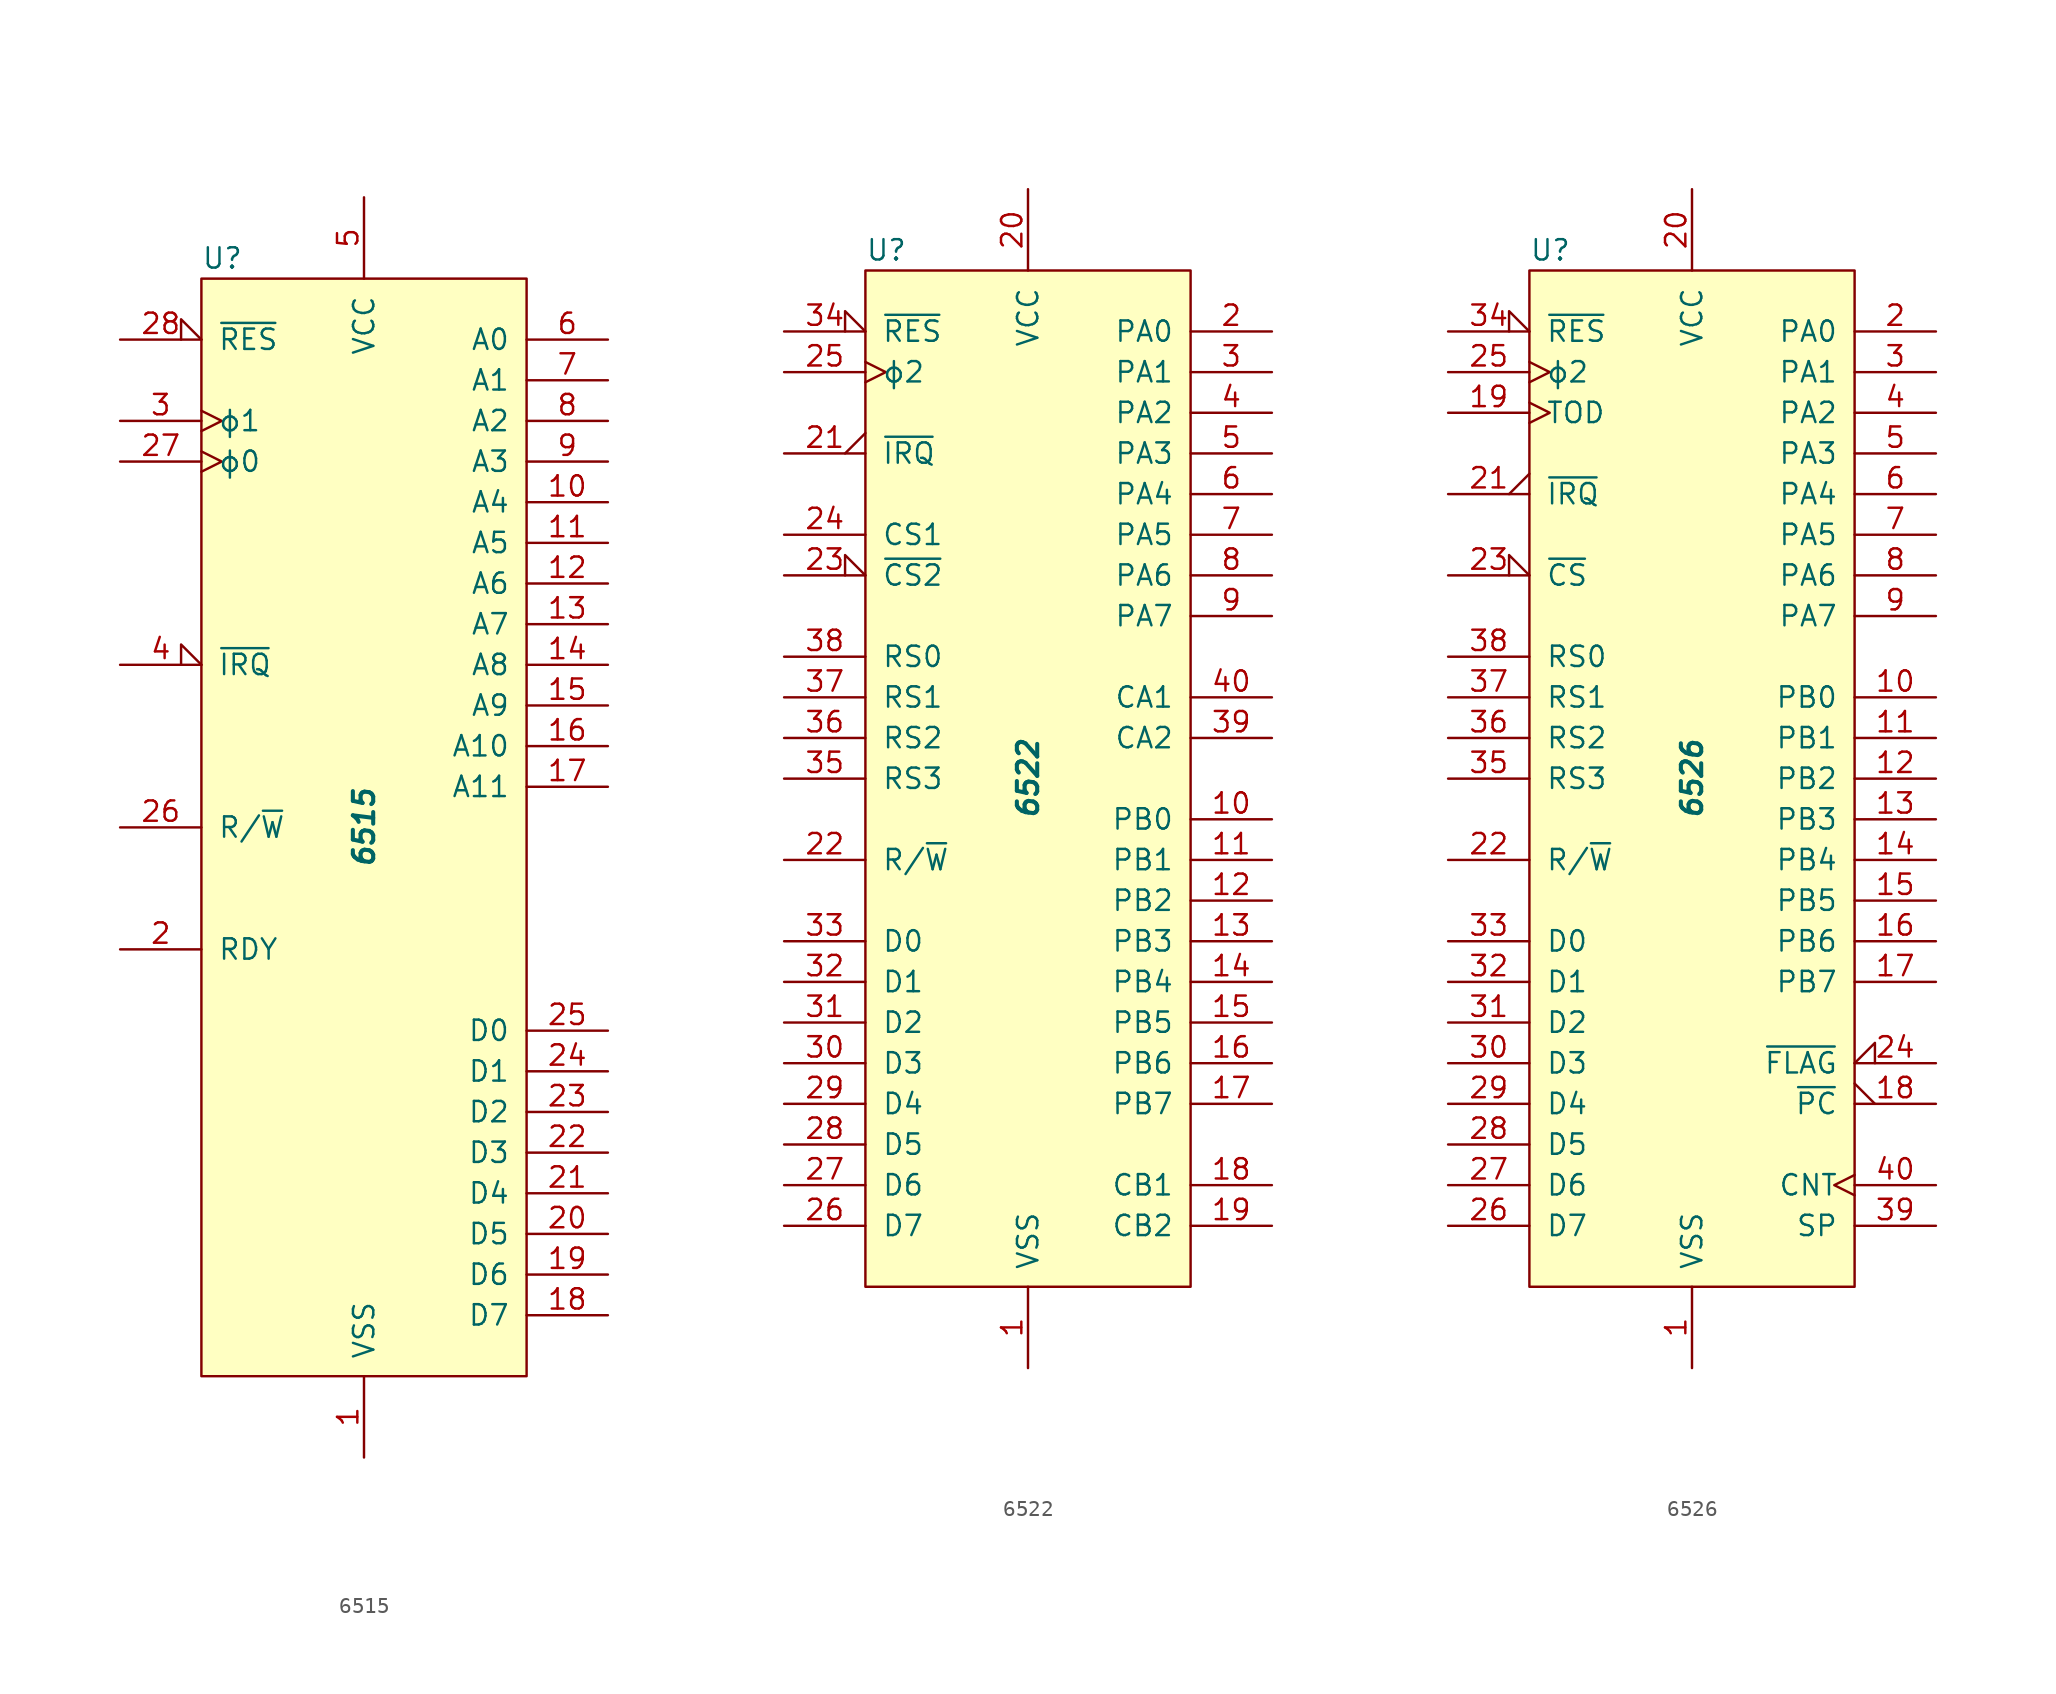
<source format=kicad_sym>
(kicad_symbol_lib
  (version 20241209)
  (generator "kicad_symbol_editor")
  (generator_version "9.0")
  (symbol "6515"
    (pin_names
      (offset 1.016))
    (property "Reference" "U"
      (at -10.16 35.56 0)
      (effects (font (size 1.27 1.27)) (justify left)))
    (property "Value" "6515"
      (at 0 0 90)
      (effects (font (size 1.27 1.27) (bold yes) (italic yes))))
    (symbol "6515_0_1"
      (rectangle (start -10.16 34.29) (end 10.16 -34.29) (stroke (width 0) (type solid)) (fill (type background))))
    (symbol "6515_1_1"
      (pin input input_low (at -15.24 30.48 0) (length 5.08) (name "~{RES}" (effects (font (size 1.27 1.27)))) (number "28" (effects (font (size 1.27 1.27)))))
      (pin input clock (at -15.24 25.4 0) (length 5.08) (name "ϕ1" (effects (font (size 1.27 1.27)))) (number "3" (effects (font (size 1.27 1.27)))))
      (pin input clock (at -15.24 22.86 0) (length 5.08) (name "ϕ0" (effects (font (size 1.27 1.27)))) (number "27" (effects (font (size 1.27 1.27)))))
      (pin input input_low (at -15.24 10.16 0) (length 5.08) (name "~{IRQ}" (effects (font (size 1.27 1.27)))) (number "4" (effects (font (size 1.27 1.27)))))
      (pin output line (at -15.24 0 0) (length 5.08) (name "R/~{W}" (effects (font (size 1.27 1.27)))) (number "26" (effects (font (size 1.27 1.27)))))
      (pin input line (at -15.24 -7.62 0) (length 5.08) (name "RDY" (effects (font (size 1.27 1.27)))) (number "2" (effects (font (size 1.27 1.27)))))
      (pin power_in line (at 0 39.37 270) (length 5.08) (name "VCC" (effects (font (size 1.27 1.27)))) (number "5" (effects (font (size 1.27 1.27)))))
      (pin power_in line (at 0 -39.37 90) (length 5.08) (name "VSS" (effects (font (size 1.27 1.27)))) (number "1" (effects (font (size 1.27 1.27)))))
      (pin output line (at 15.24 30.48 180) (length 5.08) (name "A0" (effects (font (size 1.27 1.27)))) (number "6" (effects (font (size 1.27 1.27)))))
      (pin output line (at 15.24 27.94 180) (length 5.08) (name "A1" (effects (font (size 1.27 1.27)))) (number "7" (effects (font (size 1.27 1.27)))))
      (pin output line (at 15.24 25.4 180) (length 5.08) (name "A2" (effects (font (size 1.27 1.27)))) (number "8" (effects (font (size 1.27 1.27)))))
      (pin output line (at 15.24 22.86 180) (length 5.08) (name "A3" (effects (font (size 1.27 1.27)))) (number "9" (effects (font (size 1.27 1.27)))))
      (pin output line (at 15.24 20.32 180) (length 5.08) (name "A4" (effects (font (size 1.27 1.27)))) (number "10" (effects (font (size 1.27 1.27)))))
      (pin output line (at 15.24 17.78 180) (length 5.08) (name "A5" (effects (font (size 1.27 1.27)))) (number "11" (effects (font (size 1.27 1.27)))))
      (pin output line (at 15.24 15.24 180) (length 5.08) (name "A6" (effects (font (size 1.27 1.27)))) (number "12" (effects (font (size 1.27 1.27)))))
      (pin output line (at 15.24 12.7 180) (length 5.08) (name "A7" (effects (font (size 1.27 1.27)))) (number "13" (effects (font (size 1.27 1.27)))))
      (pin output line (at 15.24 10.16 180) (length 5.08) (name "A8" (effects (font (size 1.27 1.27)))) (number "14" (effects (font (size 1.27 1.27)))))
      (pin output line (at 15.24 7.62 180) (length 5.08) (name "A9" (effects (font (size 1.27 1.27)))) (number "15" (effects (font (size 1.27 1.27)))))
      (pin output line (at 15.24 5.08 180) (length 5.08) (name "A10" (effects (font (size 1.27 1.27)))) (number "16" (effects (font (size 1.27 1.27)))))
      (pin output line (at 15.24 2.54 180) (length 5.08) (name "A11" (effects (font (size 1.27 1.27)))) (number "17" (effects (font (size 1.27 1.27)))))
      (pin bidirectional line (at 15.24 -12.7 180) (length 5.08) (name "D0" (effects (font (size 1.27 1.27)))) (number "25" (effects (font (size 1.27 1.27)))))
      (pin bidirectional line (at 15.24 -15.24 180) (length 5.08) (name "D1" (effects (font (size 1.27 1.27)))) (number "24" (effects (font (size 1.27 1.27)))))
      (pin bidirectional line (at 15.24 -17.78 180) (length 5.08) (name "D2" (effects (font (size 1.27 1.27)))) (number "23" (effects (font (size 1.27 1.27)))))
      (pin bidirectional line (at 15.24 -20.32 180) (length 5.08) (name "D3" (effects (font (size 1.27 1.27)))) (number "22" (effects (font (size 1.27 1.27)))))
      (pin bidirectional line (at 15.24 -22.86 180) (length 5.08) (name "D4" (effects (font (size 1.27 1.27)))) (number "21" (effects (font (size 1.27 1.27)))))
      (pin bidirectional line (at 15.24 -25.4 180) (length 5.08) (name "D5" (effects (font (size 1.27 1.27)))) (number "20" (effects (font (size 1.27 1.27)))))
      (pin bidirectional line (at 15.24 -27.94 180) (length 5.08) (name "D6" (effects (font (size 1.27 1.27)))) (number "19" (effects (font (size 1.27 1.27)))))
      (pin bidirectional line (at 15.24 -30.48 180) (length 5.08) (name "D7" (effects (font (size 1.27 1.27)))) (number "18" (effects (font (size 1.27 1.27)))))))
  (symbol "6522"
    (pin_names
      (offset 1.016))
    (property "Reference" "U"
      (at -10.16 33.02 0)
      (effects (font (size 1.27 1.27)) (justify left)))
    (property "Value" "6522"
      (at 0 0 90)
      (effects (font (size 1.27 1.27) (bold yes) (italic yes))))
    (symbol "6522_0_1"
      (rectangle (start -10.16 31.75) (end 10.16 -31.75) (stroke (width 0) (type solid)) (fill (type background))))
    (symbol "6522_1_1"
      (pin input input_low (at -15.24 27.94 0) (length 5.08) (name "~{RES}" (effects (font (size 1.27 1.27)))) (number "34" (effects (font (size 1.27 1.27)))))
      (pin input clock (at -15.24 25.4 0) (length 5.08) (name "ϕ2" (effects (font (size 1.27 1.27)))) (number "25" (effects (font (size 1.27 1.27)))))
      (pin open_collector output_low (at -15.24 20.32 0) (length 5.08) (name "~{IRQ}" (effects (font (size 1.27 1.27)))) (number "21" (effects (font (size 1.27 1.27)))))
      (pin input line (at -15.24 15.24 0) (length 5.08) (name "CS1" (effects (font (size 1.27 1.27)))) (number "24" (effects (font (size 1.27 1.27)))))
      (pin input input_low (at -15.24 12.7 0) (length 5.08) (name "~{CS2}" (effects (font (size 1.27 1.27)))) (number "23" (effects (font (size 1.27 1.27)))))
      (pin input line (at -15.24 7.62 0) (length 5.08) (name "RS0" (effects (font (size 1.27 1.27)))) (number "38" (effects (font (size 1.27 1.27)))))
      (pin input line (at -15.24 5.08 0) (length 5.08) (name "RS1" (effects (font (size 1.27 1.27)))) (number "37" (effects (font (size 1.27 1.27)))))
      (pin input line (at -15.24 2.54 0) (length 5.08) (name "RS2" (effects (font (size 1.27 1.27)))) (number "36" (effects (font (size 1.27 1.27)))))
      (pin input line (at -15.24 0 0) (length 5.08) (name "RS3" (effects (font (size 1.27 1.27)))) (number "35" (effects (font (size 1.27 1.27)))))
      (pin input line (at -15.24 -5.08 0) (length 5.08) (name "R/~{W}" (effects (font (size 1.27 1.27)))) (number "22" (effects (font (size 1.27 1.27)))))
      (pin bidirectional line (at -15.24 -10.16 0) (length 5.08) (name "D0" (effects (font (size 1.27 1.27)))) (number "33" (effects (font (size 1.27 1.27)))))
      (pin bidirectional line (at -15.24 -12.7 0) (length 5.08) (name "D1" (effects (font (size 1.27 1.27)))) (number "32" (effects (font (size 1.27 1.27)))))
      (pin bidirectional line (at -15.24 -15.24 0) (length 5.08) (name "D2" (effects (font (size 1.27 1.27)))) (number "31" (effects (font (size 1.27 1.27)))))
      (pin bidirectional line (at -15.24 -17.78 0) (length 5.08) (name "D3" (effects (font (size 1.27 1.27)))) (number "30" (effects (font (size 1.27 1.27)))))
      (pin bidirectional line (at -15.24 -20.32 0) (length 5.08) (name "D4" (effects (font (size 1.27 1.27)))) (number "29" (effects (font (size 1.27 1.27)))))
      (pin bidirectional line (at -15.24 -22.86 0) (length 5.08) (name "D5" (effects (font (size 1.27 1.27)))) (number "28" (effects (font (size 1.27 1.27)))))
      (pin bidirectional line (at -15.24 -25.4 0) (length 5.08) (name "D6" (effects (font (size 1.27 1.27)))) (number "27" (effects (font (size 1.27 1.27)))))
      (pin bidirectional line (at -15.24 -27.94 0) (length 5.08) (name "D7" (effects (font (size 1.27 1.27)))) (number "26" (effects (font (size 1.27 1.27)))))
      (pin power_in line (at 0 36.83 270) (length 5.08) (name "VCC" (effects (font (size 1.27 1.27)))) (number "20" (effects (font (size 1.27 1.27)))))
      (pin power_in line (at 0 -36.83 90) (length 5.08) (name "VSS" (effects (font (size 1.27 1.27)))) (number "1" (effects (font (size 1.27 1.27)))))
      (pin bidirectional line (at 15.24 27.94 180) (length 5.08) (name "PA0" (effects (font (size 1.27 1.27)))) (number "2" (effects (font (size 1.27 1.27)))))
      (pin bidirectional line (at 15.24 25.4 180) (length 5.08) (name "PA1" (effects (font (size 1.27 1.27)))) (number "3" (effects (font (size 1.27 1.27)))))
      (pin bidirectional line (at 15.24 22.86 180) (length 5.08) (name "PA2" (effects (font (size 1.27 1.27)))) (number "4" (effects (font (size 1.27 1.27)))))
      (pin bidirectional line (at 15.24 20.32 180) (length 5.08) (name "PA3" (effects (font (size 1.27 1.27)))) (number "5" (effects (font (size 1.27 1.27)))))
      (pin bidirectional line (at 15.24 17.78 180) (length 5.08) (name "PA4" (effects (font (size 1.27 1.27)))) (number "6" (effects (font (size 1.27 1.27)))))
      (pin bidirectional line (at 15.24 15.24 180) (length 5.08) (name "PA5" (effects (font (size 1.27 1.27)))) (number "7" (effects (font (size 1.27 1.27)))))
      (pin bidirectional line (at 15.24 12.7 180) (length 5.08) (name "PA6" (effects (font (size 1.27 1.27)))) (number "8" (effects (font (size 1.27 1.27)))))
      (pin bidirectional line (at 15.24 10.16 180) (length 5.08) (name "PA7" (effects (font (size 1.27 1.27)))) (number "9" (effects (font (size 1.27 1.27)))))
      (pin input line (at 15.24 5.08 180) (length 5.08) (name "CA1" (effects (font (size 1.27 1.27)))) (number "40" (effects (font (size 1.27 1.27)))))
      (pin bidirectional line (at 15.24 2.54 180) (length 5.08) (name "CA2" (effects (font (size 1.27 1.27)))) (number "39" (effects (font (size 1.27 1.27)))))
      (pin bidirectional line (at 15.24 -2.54 180) (length 5.08) (name "PB0" (effects (font (size 1.27 1.27)))) (number "10" (effects (font (size 1.27 1.27)))))
      (pin bidirectional line (at 15.24 -5.08 180) (length 5.08) (name "PB1" (effects (font (size 1.27 1.27)))) (number "11" (effects (font (size 1.27 1.27)))))
      (pin bidirectional line (at 15.24 -7.62 180) (length 5.08) (name "PB2" (effects (font (size 1.27 1.27)))) (number "12" (effects (font (size 1.27 1.27)))))
      (pin bidirectional line (at 15.24 -10.16 180) (length 5.08) (name "PB3" (effects (font (size 1.27 1.27)))) (number "13" (effects (font (size 1.27 1.27)))))
      (pin bidirectional line (at 15.24 -12.7 180) (length 5.08) (name "PB4" (effects (font (size 1.27 1.27)))) (number "14" (effects (font (size 1.27 1.27)))))
      (pin bidirectional line (at 15.24 -15.24 180) (length 5.08) (name "PB5" (effects (font (size 1.27 1.27)))) (number "15" (effects (font (size 1.27 1.27)))))
      (pin bidirectional line (at 15.24 -17.78 180) (length 5.08) (name "PB6" (effects (font (size 1.27 1.27)))) (number "16" (effects (font (size 1.27 1.27)))))
      (pin bidirectional line (at 15.24 -20.32 180) (length 5.08) (name "PB7" (effects (font (size 1.27 1.27)))) (number "17" (effects (font (size 1.27 1.27)))))
      (pin input line (at 15.24 -25.4 180) (length 5.08) (name "CB1" (effects (font (size 1.27 1.27)))) (number "18" (effects (font (size 1.27 1.27)))))
      (pin bidirectional line (at 15.24 -27.94 180) (length 5.08) (name "CB2" (effects (font (size 1.27 1.27)))) (number "19" (effects (font (size 1.27 1.27)))))))
  (symbol "6526"
    (pin_names
      (offset 1.016))
    (property "Reference" "U"
      (at -10.16 33.02 0)
      (effects (font (size 1.27 1.27)) (justify left)))
    (property "Value" "6526"
      (at 0 0 90)
      (effects (font (size 1.27 1.27) (bold yes) (italic yes))))
    (symbol "6526_0_1"
      (rectangle (start -10.16 31.75) (end 10.16 -31.75) (stroke (width 0) (type solid)) (fill (type background))))
    (symbol "6526_1_1"
      (pin input input_low (at -15.24 27.94 0) (length 5.08) (name "~{RES}" (effects (font (size 1.27 1.27)))) (number "34" (effects (font (size 1.27 1.27)))))
      (pin input clock (at -15.24 25.4 0) (length 5.08) (name "ϕ2" (effects (font (size 1.27 1.27)))) (number "25" (effects (font (size 1.27 1.27)))))
      (pin input clock (at -15.24 22.86 0) (length 5.08) (name "TOD" (effects (font (size 1.27 1.27)))) (number "19" (effects (font (size 1.27 1.27)))))
      (pin open_collector output_low (at -15.24 17.78 0) (length 5.08) (name "~{IRQ}" (effects (font (size 1.27 1.27)))) (number "21" (effects (font (size 1.27 1.27)))))
      (pin input input_low (at -15.24 12.7 0) (length 5.08) (name "~{CS}" (effects (font (size 1.27 1.27)))) (number "23" (effects (font (size 1.27 1.27)))))
      (pin input line (at -15.24 7.62 0) (length 5.08) (name "RS0" (effects (font (size 1.27 1.27)))) (number "38" (effects (font (size 1.27 1.27)))))
      (pin input line (at -15.24 5.08 0) (length 5.08) (name "RS1" (effects (font (size 1.27 1.27)))) (number "37" (effects (font (size 1.27 1.27)))))
      (pin input line (at -15.24 2.54 0) (length 5.08) (name "RS2" (effects (font (size 1.27 1.27)))) (number "36" (effects (font (size 1.27 1.27)))))
      (pin input line (at -15.24 0 0) (length 5.08) (name "RS3" (effects (font (size 1.27 1.27)))) (number "35" (effects (font (size 1.27 1.27)))))
      (pin input line (at -15.24 -5.08 0) (length 5.08) (name "R/~{W}" (effects (font (size 1.27 1.27)))) (number "22" (effects (font (size 1.27 1.27)))))
      (pin bidirectional line (at -15.24 -10.16 0) (length 5.08) (name "D0" (effects (font (size 1.27 1.27)))) (number "33" (effects (font (size 1.27 1.27)))))
      (pin bidirectional line (at -15.24 -12.7 0) (length 5.08) (name "D1" (effects (font (size 1.27 1.27)))) (number "32" (effects (font (size 1.27 1.27)))))
      (pin bidirectional line (at -15.24 -15.24 0) (length 5.08) (name "D2" (effects (font (size 1.27 1.27)))) (number "31" (effects (font (size 1.27 1.27)))))
      (pin bidirectional line (at -15.24 -17.78 0) (length 5.08) (name "D3" (effects (font (size 1.27 1.27)))) (number "30" (effects (font (size 1.27 1.27)))))
      (pin bidirectional line (at -15.24 -20.32 0) (length 5.08) (name "D4" (effects (font (size 1.27 1.27)))) (number "29" (effects (font (size 1.27 1.27)))))
      (pin bidirectional line (at -15.24 -22.86 0) (length 5.08) (name "D5" (effects (font (size 1.27 1.27)))) (number "28" (effects (font (size 1.27 1.27)))))
      (pin bidirectional line (at -15.24 -25.4 0) (length 5.08) (name "D6" (effects (font (size 1.27 1.27)))) (number "27" (effects (font (size 1.27 1.27)))))
      (pin bidirectional line (at -15.24 -27.94 0) (length 5.08) (name "D7" (effects (font (size 1.27 1.27)))) (number "26" (effects (font (size 1.27 1.27)))))
      (pin power_in line (at 0 36.83 270) (length 5.08) (name "VCC" (effects (font (size 1.27 1.27)))) (number "20" (effects (font (size 1.27 1.27)))))
      (pin power_in line (at 0 -36.83 90) (length 5.08) (name "VSS" (effects (font (size 1.27 1.27)))) (number "1" (effects (font (size 1.27 1.27)))))
      (pin bidirectional line (at 15.24 27.94 180) (length 5.08) (name "PA0" (effects (font (size 1.27 1.27)))) (number "2" (effects (font (size 1.27 1.27)))))
      (pin bidirectional line (at 15.24 25.4 180) (length 5.08) (name "PA1" (effects (font (size 1.27 1.27)))) (number "3" (effects (font (size 1.27 1.27)))))
      (pin bidirectional line (at 15.24 22.86 180) (length 5.08) (name "PA2" (effects (font (size 1.27 1.27)))) (number "4" (effects (font (size 1.27 1.27)))))
      (pin bidirectional line (at 15.24 20.32 180) (length 5.08) (name "PA3" (effects (font (size 1.27 1.27)))) (number "5" (effects (font (size 1.27 1.27)))))
      (pin bidirectional line (at 15.24 17.78 180) (length 5.08) (name "PA4" (effects (font (size 1.27 1.27)))) (number "6" (effects (font (size 1.27 1.27)))))
      (pin bidirectional line (at 15.24 15.24 180) (length 5.08) (name "PA5" (effects (font (size 1.27 1.27)))) (number "7" (effects (font (size 1.27 1.27)))))
      (pin bidirectional line (at 15.24 12.7 180) (length 5.08) (name "PA6" (effects (font (size 1.27 1.27)))) (number "8" (effects (font (size 1.27 1.27)))))
      (pin bidirectional line (at 15.24 10.16 180) (length 5.08) (name "PA7" (effects (font (size 1.27 1.27)))) (number "9" (effects (font (size 1.27 1.27)))))
      (pin bidirectional line (at 15.24 5.08 180) (length 5.08) (name "PB0" (effects (font (size 1.27 1.27)))) (number "10" (effects (font (size 1.27 1.27)))))
      (pin bidirectional line (at 15.24 2.54 180) (length 5.08) (name "PB1" (effects (font (size 1.27 1.27)))) (number "11" (effects (font (size 1.27 1.27)))))
      (pin bidirectional line (at 15.24 0 180) (length 5.08) (name "PB2" (effects (font (size 1.27 1.27)))) (number "12" (effects (font (size 1.27 1.27)))))
      (pin bidirectional line (at 15.24 -2.54 180) (length 5.08) (name "PB3" (effects (font (size 1.27 1.27)))) (number "13" (effects (font (size 1.27 1.27)))))
      (pin bidirectional line (at 15.24 -5.08 180) (length 5.08) (name "PB4" (effects (font (size 1.27 1.27)))) (number "14" (effects (font (size 1.27 1.27)))))
      (pin bidirectional line (at 15.24 -7.62 180) (length 5.08) (name "PB5" (effects (font (size 1.27 1.27)))) (number "15" (effects (font (size 1.27 1.27)))))
      (pin bidirectional line (at 15.24 -10.16 180) (length 5.08) (name "PB6" (effects (font (size 1.27 1.27)))) (number "16" (effects (font (size 1.27 1.27)))))
      (pin bidirectional line (at 15.24 -12.7 180) (length 5.08) (name "PB7" (effects (font (size 1.27 1.27)))) (number "17" (effects (font (size 1.27 1.27)))))
      (pin input input_low (at 15.24 -17.78 180) (length 5.08) (name "~{FLAG}" (effects (font (size 1.27 1.27)))) (number "24" (effects (font (size 1.27 1.27)))))
      (pin output output_low (at 15.24 -20.32 180) (length 5.08) (name "~{PC}" (effects (font (size 1.27 1.27)))) (number "18" (effects (font (size 1.27 1.27)))))
      (pin bidirectional clock (at 15.24 -25.4 180) (length 5.08) (name "CNT" (effects (font (size 1.27 1.27)))) (number "40" (effects (font (size 1.27 1.27)))))
      (pin bidirectional line (at 15.24 -27.94 180) (length 5.08) (name "SP" (effects (font (size 1.27 1.27)))) (number "39" (effects (font (size 1.27 1.27))))))))
</source>
